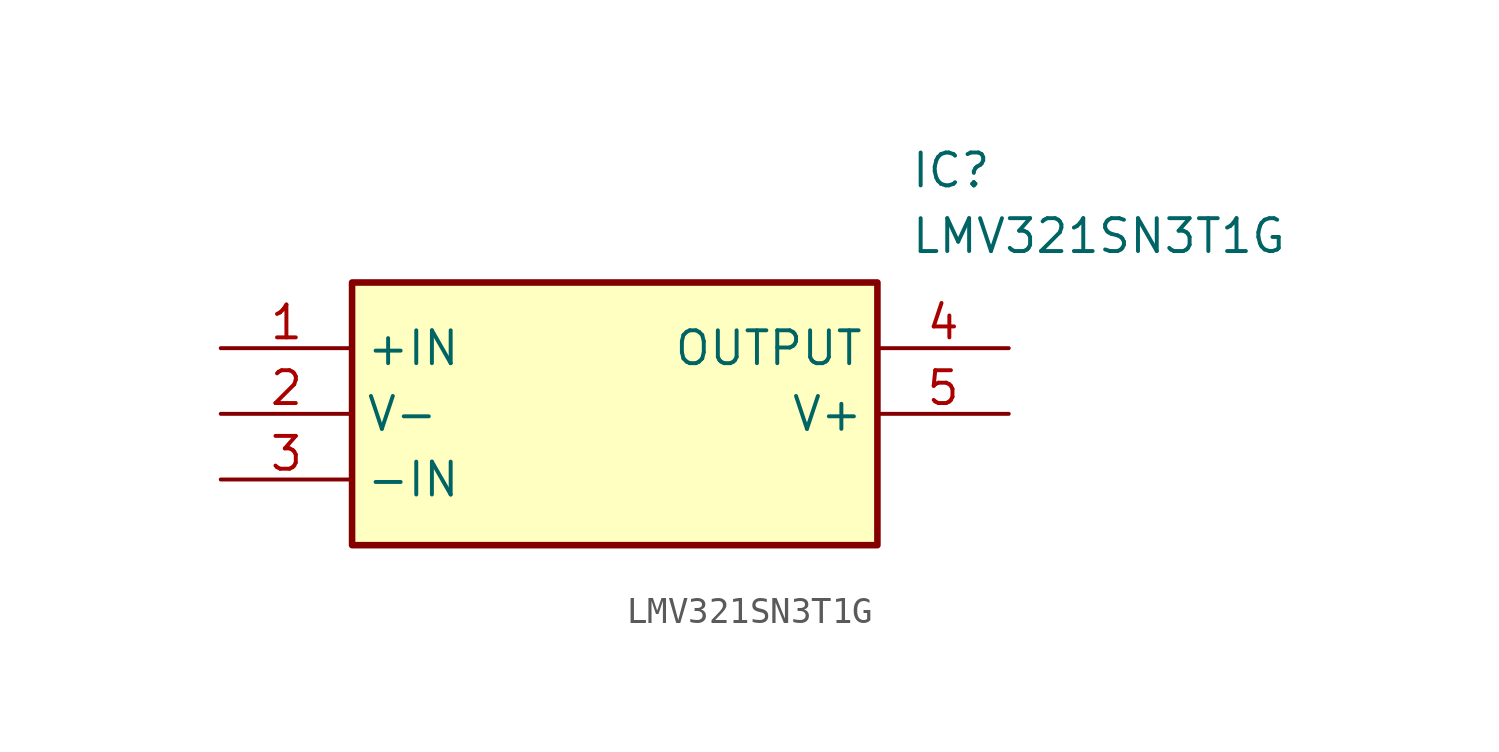
<source format=kicad_sym>
(kicad_symbol_lib
  (version 20211014)
  (generator SamacSys_ECAD_Model)
  (symbol "LMV321SN3T1G"
    (property "Reference" "IC"
      (at 26.67 7.62 0)
      (effects (font (size 1.27 1.27)) (justify left top)))
    (property "Value" "LMV321SN3T1G"
      (at 26.67 5.08 0)
      (effects (font (size 1.27 1.27)) (justify left top)))
    (rectangle
      (start 5.08 2.54)
      (end 25.4 -7.62)
      (stroke (width 0.254) (type default))
      (fill (type background)))
    (pin passive line
      (at 0 0 0)
      (length 5.08)
      (name "+IN" (effects (font (size 1.27 1.27))))
      (number "1" (effects (font (size 1.27 1.27)))))
    (pin passive line
      (at 0 -2.54 0)
      (length 5.08)
      (name "V-" (effects (font (size 1.27 1.27))))
      (number "2" (effects (font (size 1.27 1.27)))))
    (pin passive line
      (at 0 -5.08 0)
      (length 5.08)
      (name "-IN" (effects (font (size 1.27 1.27))))
      (number "3" (effects (font (size 1.27 1.27)))))
    (pin passive line
      (at 30.48 0 180)
      (length 5.08)
      (name "OUTPUT" (effects (font (size 1.27 1.27))))
      (number "4" (effects (font (size 1.27 1.27)))))
    (pin passive line
      (at 30.48 -2.54 180)
      (length 5.08)
      (name "V+" (effects (font (size 1.27 1.27))))
      (number "5" (effects (font (size 1.27 1.27)))))))
</source>
